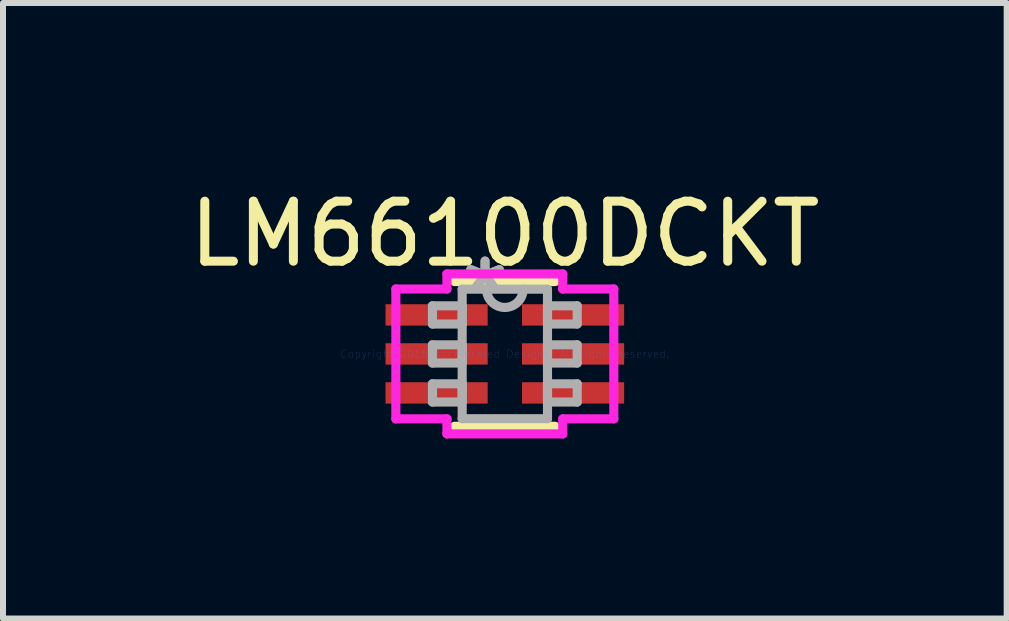
<source format=kicad_pcb>
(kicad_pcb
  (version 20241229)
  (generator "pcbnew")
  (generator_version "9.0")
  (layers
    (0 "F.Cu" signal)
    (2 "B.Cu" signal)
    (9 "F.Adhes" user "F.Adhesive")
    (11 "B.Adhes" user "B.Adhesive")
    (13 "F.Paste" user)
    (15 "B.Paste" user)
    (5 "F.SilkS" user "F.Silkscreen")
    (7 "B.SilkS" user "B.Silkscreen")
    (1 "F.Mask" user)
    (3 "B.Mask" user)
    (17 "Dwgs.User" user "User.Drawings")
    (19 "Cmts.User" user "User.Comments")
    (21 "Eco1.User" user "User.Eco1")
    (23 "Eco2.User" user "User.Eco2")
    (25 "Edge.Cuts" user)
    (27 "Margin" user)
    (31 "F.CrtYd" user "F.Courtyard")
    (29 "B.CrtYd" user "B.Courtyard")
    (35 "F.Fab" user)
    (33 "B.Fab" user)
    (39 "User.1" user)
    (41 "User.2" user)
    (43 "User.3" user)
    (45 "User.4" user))
  (footprint "LM66100DCKT"
    (layer "F.Cu")
    (at 5.363 2.848)
    (property "Reference" "LM66100DCKT" (at 0 -2 0) (layer "F.SilkS") (effects (font (size 1 1) (thickness 0.15))))
    (attr through_hole)
    (fp_line (start -0.838 1.206) (end 0.838 1.206) (stroke (width 0.152) (type solid)) (layer "F.SilkS"))
    (fp_line (start 0.838 -1.206) (end -0.838 -1.206) (stroke (width 0.152) (type solid)) (layer "F.SilkS"))
    (fp_line (start -1.816 -1.082) (end -0.965 -1.082) (stroke (width 0.152) (type solid)) (layer "F.CrtYd"))
    (fp_line (start -1.816 1.082) (end -1.816 -1.082) (stroke (width 0.152) (type solid)) (layer "F.CrtYd"))
    (fp_line (start -0.965 -1.333) (end 0.965 -1.333) (stroke (width 0.152) (type solid)) (layer "F.CrtYd"))
    (fp_line (start -0.965 -1.082) (end -0.965 -1.333) (stroke (width 0.152) (type solid)) (layer "F.CrtYd"))
    (fp_line (start -0.965 1.082) (end -1.816 1.082) (stroke (width 0.152) (type solid)) (layer "F.CrtYd"))
    (fp_line (start -0.965 1.333) (end -0.965 1.082) (stroke (width 0.152) (type solid)) (layer "F.CrtYd"))
    (fp_line (start 0.965 -1.333) (end 0.965 -1.082) (stroke (width 0.152) (type solid)) (layer "F.CrtYd"))
    (fp_line (start 0.965 -1.082) (end 1.816 -1.082) (stroke (width 0.152) (type solid)) (layer "F.CrtYd"))
    (fp_line (start 0.965 1.082) (end 0.965 1.333) (stroke (width 0.152) (type solid)) (layer "F.CrtYd"))
    (fp_line (start 0.965 1.333) (end -0.965 1.333) (stroke (width 0.152) (type solid)) (layer "F.CrtYd"))
    (fp_line (start 1.816 -1.082) (end 1.816 1.082) (stroke (width 0.152) (type solid)) (layer "F.CrtYd"))
    (fp_line (start 1.816 1.082) (end 0.965 1.082) (stroke (width 0.152) (type solid)) (layer "F.CrtYd"))
    (fp_line (start -1.206 -0.802) (end -1.206 -0.498) (stroke (width 0.152) (type solid)) (layer "F.Fab"))
    (fp_line (start -1.206 -0.498) (end -0.711 -0.498) (stroke (width 0.152) (type solid)) (layer "F.Fab"))
    (fp_line (start -1.206 -0.152) (end -1.206 0.152) (stroke (width 0.152) (type solid)) (layer "F.Fab"))
    (fp_line (start -1.206 0.152) (end -0.711 0.152) (stroke (width 0.152) (type solid)) (layer "F.Fab"))
    (fp_line (start -1.206 0.498) (end -1.206 0.802) (stroke (width 0.152) (type solid)) (layer "F.Fab"))
    (fp_line (start -1.206 0.802) (end -0.711 0.802) (stroke (width 0.152) (type solid)) (layer "F.Fab"))
    (fp_line (start -0.711 -1.079) (end -0.711 1.079) (stroke (width 0.152) (type solid)) (layer "F.Fab"))
    (fp_line (start -0.711 -0.802) (end -1.206 -0.802) (stroke (width 0.152) (type solid)) (layer "F.Fab"))
    (fp_line (start -0.711 -0.498) (end -0.711 -0.802) (stroke (width 0.152) (type solid)) (layer "F.Fab"))
    (fp_line (start -0.711 -0.152) (end -1.206 -0.152) (stroke (width 0.152) (type solid)) (layer "F.Fab"))
    (fp_line (start -0.711 0.152) (end -0.711 -0.152) (stroke (width 0.152) (type solid)) (layer "F.Fab"))
    (fp_line (start -0.711 0.498) (end -1.206 0.498) (stroke (width 0.152) (type solid)) (layer "F.Fab"))
    (fp_line (start -0.711 0.802) (end -0.711 0.498) (stroke (width 0.152) (type solid)) (layer "F.Fab"))
    (fp_line (start -0.711 1.079) (end 0.711 1.079) (stroke (width 0.152) (type solid)) (layer "F.Fab"))
    (fp_line (start 0.711 -1.079) (end -0.711 -1.079) (stroke (width 0.152) (type solid)) (layer "F.Fab"))
    (fp_line (start 0.711 -0.802) (end 0.711 -0.498) (stroke (width 0.152) (type solid)) (layer "F.Fab"))
    (fp_line (start 0.711 -0.498) (end 1.206 -0.498) (stroke (width 0.152) (type solid)) (layer "F.Fab"))
    (fp_line (start 0.711 -0.152) (end 0.711 0.152) (stroke (width 0.152) (type solid)) (layer "F.Fab"))
    (fp_line (start 0.711 0.152) (end 1.206 0.152) (stroke (width 0.152) (type solid)) (layer "F.Fab"))
    (fp_line (start 0.711 0.498) (end 0.711 0.802) (stroke (width 0.152) (type solid)) (layer "F.Fab"))
    (fp_line (start 0.711 0.802) (end 1.206 0.802) (stroke (width 0.152) (type solid)) (layer "F.Fab"))
    (fp_line (start 0.711 1.079) (end 0.711 -1.079) (stroke (width 0.152) (type solid)) (layer "F.Fab"))
    (fp_line (start 1.206 -0.802) (end 0.711 -0.802) (stroke (width 0.152) (type solid)) (layer "F.Fab"))
    (fp_line (start 1.206 -0.498) (end 1.206 -0.802) (stroke (width 0.152) (type solid)) (layer "F.Fab"))
    (fp_line (start 1.206 -0.152) (end 0.711 -0.152) (stroke (width 0.152) (type solid)) (layer "F.Fab"))
    (fp_line (start 1.206 0.152) (end 1.206 -0.152) (stroke (width 0.152) (type solid)) (layer "F.Fab"))
    (fp_line (start 1.206 0.498) (end 0.711 0.498) (stroke (width 0.152) (type solid)) (layer "F.Fab"))
    (fp_line (start 1.206 0.802) (end 1.206 0.498) (stroke (width 0.152) (type solid)) (layer "F.Fab"))
    (fp_arc (start 0.3048 -1.0795) (mid 0 -0.7747) (end -0.3048 -1.0795) (stroke (width 0.1524) (type solid)) (layer "F.Fab"))
    (fp_text user "Copyright 2016 Accelerated Designs. All rights reserved." (at 0 0 0) (layer "Cmts.User") (effects (font (size 0.127 0.127) (thickness 0.002))))
    (fp_text user "*" (at -0.33 -1.003 0) (layer "F.Fab") (effects (font (size 1 1) (thickness 0.15))))
    (fp_text user "*" (at -0.33 -1.003 0) (layer "F.Fab") (effects (font (size 1 1) (thickness 0.15))))
    (pad "1" smd rect (at -1.137 -0.65) (size 1.702 0.356) (layers "F.Cu" "F.Mask" "F.Paste"))
    (pad "2" smd rect (at -1.137 0) (size 1.702 0.356) (layers "F.Cu" "F.Mask" "F.Paste"))
    (pad "3" smd rect (at -1.137 0.65) (size 1.702 0.356) (layers "F.Cu" "F.Mask" "F.Paste"))
    (pad "4" smd rect (at 1.137 0.65) (size 1.702 0.356) (layers "F.Cu" "F.Mask" "F.Paste"))
    (pad "5" smd rect (at 1.137 0) (size 1.702 0.356) (layers "F.Cu" "F.Mask" "F.Paste"))
    (pad "6" smd rect (at 1.137 -0.65) (size 1.702 0.356) (layers "F.Cu" "F.Mask" "F.Paste")))
  (gr_rect
    (start -3 -3)
    (end 13.726 7.258)
    (stroke (width 0.1) (type default))
    (fill no)
    (layer "Edge.Cuts")))
</source>
